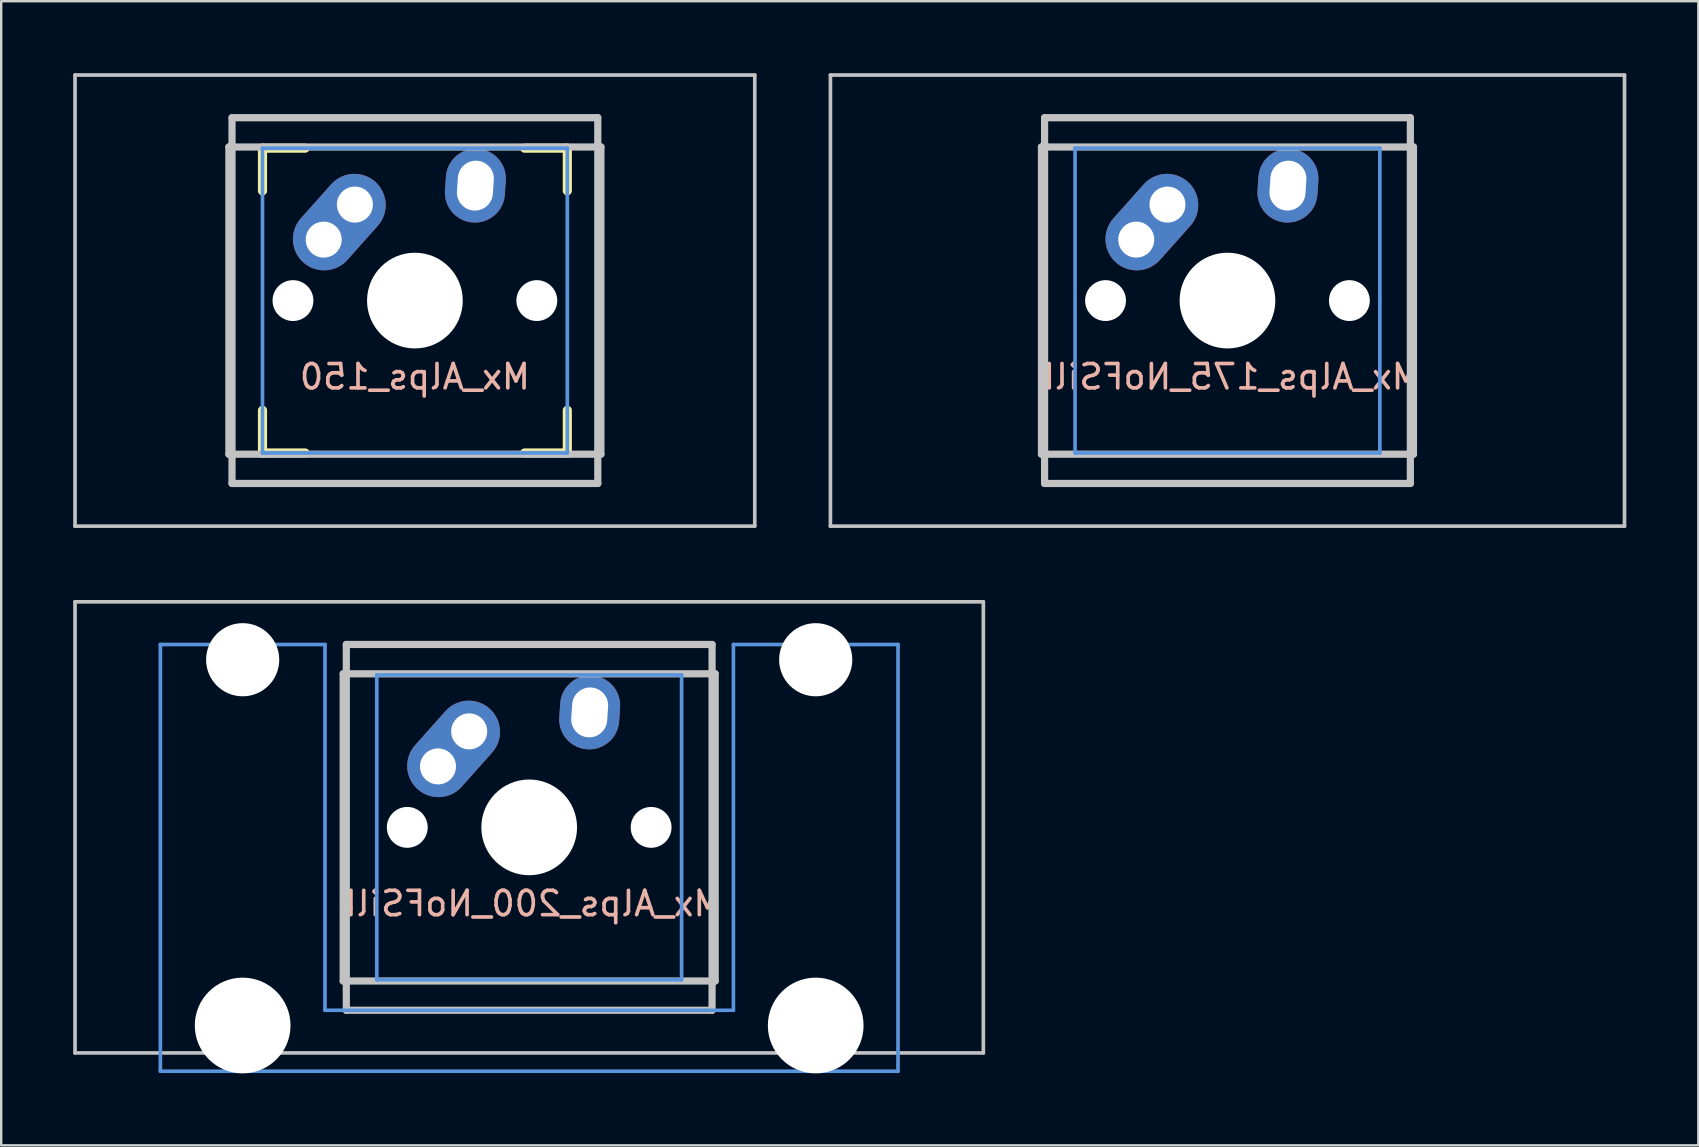
<source format=kicad_pcb>
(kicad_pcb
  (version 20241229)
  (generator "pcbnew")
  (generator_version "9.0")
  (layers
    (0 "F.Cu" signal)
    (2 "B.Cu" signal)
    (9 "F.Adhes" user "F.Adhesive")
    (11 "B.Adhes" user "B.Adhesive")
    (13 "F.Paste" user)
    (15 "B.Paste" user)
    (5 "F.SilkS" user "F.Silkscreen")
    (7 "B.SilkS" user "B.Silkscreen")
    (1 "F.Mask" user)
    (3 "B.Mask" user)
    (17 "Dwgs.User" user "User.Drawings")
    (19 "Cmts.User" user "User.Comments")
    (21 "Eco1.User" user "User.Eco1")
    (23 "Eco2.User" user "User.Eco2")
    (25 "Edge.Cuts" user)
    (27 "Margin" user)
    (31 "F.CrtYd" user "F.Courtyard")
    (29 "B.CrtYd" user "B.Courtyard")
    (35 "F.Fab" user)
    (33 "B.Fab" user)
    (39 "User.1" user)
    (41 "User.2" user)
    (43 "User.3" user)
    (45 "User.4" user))
  (footprint "Mx_Alps_150"
    (layer "F.Cu")
    (at 14.237 9.474)
    (property "Reference" "Mx_Alps_150" (at 0 3.175 0) (layer "B.SilkS") (effects (font (size 1.016 1.016) (thickness 0.152)) (justify mirror)))
    (attr through_hole)
    (fp_line (start -6.35 -6.35) (end -4.572 -6.35) (stroke (width 0.381) (type solid)) (layer "F.SilkS"))
    (fp_line (start -6.35 -4.572) (end -6.35 -6.35) (stroke (width 0.381) (type solid)) (layer "F.SilkS"))
    (fp_line (start -6.35 6.35) (end -6.35 4.572) (stroke (width 0.381) (type solid)) (layer "F.SilkS"))
    (fp_line (start -4.572 6.35) (end -6.35 6.35) (stroke (width 0.381) (type solid)) (layer "F.SilkS"))
    (fp_line (start 4.572 -6.35) (end 6.35 -6.35) (stroke (width 0.381) (type solid)) (layer "F.SilkS"))
    (fp_line (start 6.35 -6.35) (end 6.35 -4.572) (stroke (width 0.381) (type solid)) (layer "F.SilkS"))
    (fp_line (start 6.35 4.572) (end 6.35 6.35) (stroke (width 0.381) (type solid)) (layer "F.SilkS"))
    (fp_line (start 6.35 6.35) (end 4.572 6.35) (stroke (width 0.381) (type solid)) (layer "F.SilkS"))
    (fp_line (start -14.161 -9.398) (end 14.161 -9.398) (stroke (width 0.152) (type solid)) (layer "Dwgs.User"))
    (fp_line (start -14.161 9.398) (end -14.161 -9.398) (stroke (width 0.152) (type solid)) (layer "Dwgs.User"))
    (fp_line (start -7.75 6.4) (end -7.75 -6.4) (stroke (width 0.3) (type solid)) (layer "Dwgs.User"))
    (fp_line (start -7.75 6.4) (end 7.75 6.4) (stroke (width 0.3) (type solid)) (layer "Dwgs.User"))
    (fp_line (start -7.62 -7.62) (end 7.62 -7.62) (stroke (width 0.3) (type solid)) (layer "Dwgs.User"))
    (fp_line (start -7.62 7.62) (end -7.62 -7.62) (stroke (width 0.3) (type solid)) (layer "Dwgs.User"))
    (fp_line (start 7.62 -7.62) (end 7.62 7.62) (stroke (width 0.3) (type solid)) (layer "Dwgs.User"))
    (fp_line (start 7.62 7.62) (end -7.62 7.62) (stroke (width 0.3) (type solid)) (layer "Dwgs.User"))
    (fp_line (start 7.75 -6.4) (end -7.75 -6.4) (stroke (width 0.3) (type solid)) (layer "Dwgs.User"))
    (fp_line (start 7.75 6.4) (end 7.75 -6.4) (stroke (width 0.3) (type solid)) (layer "Dwgs.User"))
    (fp_line (start 14.161 -9.398) (end 14.161 9.398) (stroke (width 0.152) (type solid)) (layer "Dwgs.User"))
    (fp_line (start 14.161 9.398) (end -14.161 9.398) (stroke (width 0.152) (type solid)) (layer "Dwgs.User"))
    (fp_line (start -6.35 -6.35) (end 6.35 -6.35) (stroke (width 0.152) (type solid)) (layer "Cmts.User"))
    (fp_line (start -6.35 6.35) (end -6.35 -6.35) (stroke (width 0.152) (type solid)) (layer "Cmts.User"))
    (fp_line (start 6.35 -6.35) (end 6.35 6.35) (stroke (width 0.152) (type solid)) (layer "Cmts.User"))
    (fp_line (start 6.35 6.35) (end -6.35 6.35) (stroke (width 0.152) (type solid)) (layer "Cmts.User"))
    (fp_line (start -6.985 -6.985) (end 6.985 -6.985) (stroke (width 0.152) (type solid)) (layer "Eco2.User"))
    (fp_line (start -6.985 6.985) (end -6.985 -6.985) (stroke (width 0.152) (type solid)) (layer "Eco2.User"))
    (fp_line (start 6.985 -6.985) (end 6.985 6.985) (stroke (width 0.152) (type solid)) (layer "Eco2.User"))
    (fp_line (start 6.985 6.985) (end -6.985 6.985) (stroke (width 0.152) (type solid)) (layer "Eco2.User"))
    (pad "" np_thru_hole circle (at -5.08 0) (size 1.702 1.702) (drill 1.702) (layers "*.Cu"))
    (pad "" np_thru_hole circle (at 0 0) (size 3.988 3.988) (drill 3.988) (layers "*.Cu"))
    (pad "" np_thru_hole circle (at 5.08 0) (size 1.702 1.702) (drill 1.702) (layers "*.Cu"))
    (pad "1" thru_hole circle (at -3.8 -2.54) (size 2.377 2.377) (drill 1.5) (layers "*.Cu" "*.Mask"))
    (pad "1" smd oval (at -3.15 -3.27 48.3) (size 4.5 2.6) (layers "F.Cu" "F.Mask"))
    (pad "1" smd oval (at -3.15 -3.27 48.3) (size 4.5 2.6) (layers "B.Cu" "B.Mask"))
    (pad "1" thru_hole circle (at -2.5 -4) (size 2.377 2.377) (drill 1.5) (layers "*.Cu" "*.Mask"))
    (pad "2" thru_hole oval (at 2.52 -4.79 356.1) (size 2.5 3.08) (drill oval 1.5 2.08) (layers "*.Cu" "*.Mask")))
  (footprint "Mx_Alps_200_NoFSilk"
    (layer "F.Cu")
    (at 18.999 31.423)
    (property "Reference" "Mx_Alps_200_NoFSilk" (at 0 3.175 0) (layer "B.SilkS") (effects (font (size 1.016 1.016) (thickness 0.152)) (justify mirror)))
    (attr through_hole)
    (fp_line (start -18.923 -9.398) (end 18.923 -9.398) (stroke (width 0.152) (type solid)) (layer "Dwgs.User"))
    (fp_line (start -18.923 9.398) (end -18.923 -9.398) (stroke (width 0.152) (type solid)) (layer "Dwgs.User"))
    (fp_line (start -7.75 6.4) (end -7.75 -6.4) (stroke (width 0.3) (type solid)) (layer "Dwgs.User"))
    (fp_line (start -7.75 6.4) (end 7.75 6.4) (stroke (width 0.3) (type solid)) (layer "Dwgs.User"))
    (fp_line (start -7.62 -7.62) (end 7.62 -7.62) (stroke (width 0.3) (type solid)) (layer "Dwgs.User"))
    (fp_line (start -7.62 7.62) (end -7.62 -7.62) (stroke (width 0.3) (type solid)) (layer "Dwgs.User"))
    (fp_line (start 7.62 -7.62) (end 7.62 7.62) (stroke (width 0.3) (type solid)) (layer "Dwgs.User"))
    (fp_line (start 7.62 7.62) (end -7.62 7.62) (stroke (width 0.3) (type solid)) (layer "Dwgs.User"))
    (fp_line (start 7.75 -6.4) (end -7.75 -6.4) (stroke (width 0.3) (type solid)) (layer "Dwgs.User"))
    (fp_line (start 7.75 6.4) (end 7.75 -6.4) (stroke (width 0.3) (type solid)) (layer "Dwgs.User"))
    (fp_line (start 18.923 -9.398) (end 18.923 9.398) (stroke (width 0.152) (type solid)) (layer "Dwgs.User"))
    (fp_line (start 18.923 9.398) (end -18.923 9.398) (stroke (width 0.152) (type solid)) (layer "Dwgs.User"))
    (fp_line (start -15.367 -7.62) (end -15.367 10.16) (stroke (width 0.152) (type solid)) (layer "Cmts.User"))
    (fp_line (start -15.367 10.16) (end 15.367 10.16) (stroke (width 0.152) (type solid)) (layer "Cmts.User"))
    (fp_line (start -8.509 -7.62) (end -15.367 -7.62) (stroke (width 0.152) (type solid)) (layer "Cmts.User"))
    (fp_line (start -8.509 7.62) (end -8.509 -7.62) (stroke (width 0.152) (type solid)) (layer "Cmts.User"))
    (fp_line (start -6.35 -6.35) (end 6.35 -6.35) (stroke (width 0.152) (type solid)) (layer "Cmts.User"))
    (fp_line (start -6.35 6.35) (end -6.35 -6.35) (stroke (width 0.152) (type solid)) (layer "Cmts.User"))
    (fp_line (start 6.35 -6.35) (end 6.35 6.35) (stroke (width 0.152) (type solid)) (layer "Cmts.User"))
    (fp_line (start 6.35 6.35) (end -6.35 6.35) (stroke (width 0.152) (type solid)) (layer "Cmts.User"))
    (fp_line (start 8.509 -7.62) (end 8.509 7.62) (stroke (width 0.152) (type solid)) (layer "Cmts.User"))
    (fp_line (start 8.509 7.62) (end -8.509 7.62) (stroke (width 0.152) (type solid)) (layer "Cmts.User"))
    (fp_line (start 15.367 -7.62) (end 8.509 -7.62) (stroke (width 0.152) (type solid)) (layer "Cmts.User"))
    (fp_line (start 15.367 10.16) (end 15.367 -7.62) (stroke (width 0.152) (type solid)) (layer "Cmts.User"))
    (fp_line (start -16.129 -2.286) (end -15.265 -2.286) (stroke (width 0.152) (type solid)) (layer "Eco2.User"))
    (fp_line (start -16.129 0.508) (end -16.129 -2.286) (stroke (width 0.152) (type solid)) (layer "Eco2.User"))
    (fp_line (start -15.265 -5.69) (end -8.611 -5.69) (stroke (width 0.152) (type solid)) (layer "Eco2.User"))
    (fp_line (start -15.265 -2.286) (end -15.265 -5.69) (stroke (width 0.152) (type solid)) (layer "Eco2.User"))
    (fp_line (start -15.265 0.508) (end -16.129 0.508) (stroke (width 0.152) (type solid)) (layer "Eco2.User"))
    (fp_line (start -15.265 6.604) (end -15.265 0.508) (stroke (width 0.152) (type solid)) (layer "Eco2.User"))
    (fp_line (start -14.224 6.604) (end -15.265 6.604) (stroke (width 0.152) (type solid)) (layer "Eco2.User"))
    (fp_line (start -14.224 7.772) (end -14.224 6.604) (stroke (width 0.152) (type solid)) (layer "Eco2.User"))
    (fp_line (start -9.652 6.604) (end -9.652 7.772) (stroke (width 0.152) (type solid)) (layer "Eco2.User"))
    (fp_line (start -9.652 7.772) (end -14.224 7.772) (stroke (width 0.152) (type solid)) (layer "Eco2.User"))
    (fp_line (start -8.611 -5.69) (end -8.611 -4.877) (stroke (width 0.152) (type solid)) (layer "Eco2.User"))
    (fp_line (start -8.611 -4.877) (end -6.985 -4.877) (stroke (width 0.152) (type solid)) (layer "Eco2.User"))
    (fp_line (start -8.611 5.817) (end -8.611 6.604) (stroke (width 0.152) (type solid)) (layer "Eco2.User"))
    (fp_line (start -8.611 6.604) (end -9.652 6.604) (stroke (width 0.152) (type solid)) (layer "Eco2.User"))
    (fp_line (start -6.985 -6.985) (end 6.985 -6.985) (stroke (width 0.152) (type solid)) (layer "Eco2.User"))
    (fp_line (start -6.985 -4.877) (end -6.985 -6.985) (stroke (width 0.152) (type solid)) (layer "Eco2.User"))
    (fp_line (start -6.985 5.817) (end -8.611 5.817) (stroke (width 0.152) (type solid)) (layer "Eco2.User"))
    (fp_line (start -6.985 6.985) (end -6.985 5.817) (stroke (width 0.152) (type solid)) (layer "Eco2.User"))
    (fp_line (start 6.985 -6.985) (end 6.985 -4.877) (stroke (width 0.152) (type solid)) (layer "Eco2.User"))
    (fp_line (start 6.985 -4.877) (end 8.611 -4.877) (stroke (width 0.152) (type solid)) (layer "Eco2.User"))
    (fp_line (start 6.985 5.817) (end 6.985 6.985) (stroke (width 0.152) (type solid)) (layer "Eco2.User"))
    (fp_line (start 6.985 6.985) (end -6.985 6.985) (stroke (width 0.152) (type solid)) (layer "Eco2.User"))
    (fp_line (start 8.611 -5.69) (end 15.265 -5.69) (stroke (width 0.152) (type solid)) (layer "Eco2.User"))
    (fp_line (start 8.611 -4.877) (end 8.611 -5.69) (stroke (width 0.152) (type solid)) (layer "Eco2.User"))
    (fp_line (start 8.611 5.817) (end 6.985 5.817) (stroke (width 0.152) (type solid)) (layer "Eco2.User"))
    (fp_line (start 8.611 6.604) (end 8.611 5.817) (stroke (width 0.152) (type solid)) (layer "Eco2.User"))
    (fp_line (start 9.652 6.604) (end 8.611 6.604) (stroke (width 0.152) (type solid)) (layer "Eco2.User"))
    (fp_line (start 9.652 7.772) (end 9.652 6.604) (stroke (width 0.152) (type solid)) (layer "Eco2.User"))
    (fp_line (start 14.224 6.604) (end 14.224 7.772) (stroke (width 0.152) (type solid)) (layer "Eco2.User"))
    (fp_line (start 14.224 7.772) (end 9.652 7.772) (stroke (width 0.152) (type solid)) (layer "Eco2.User"))
    (fp_line (start 15.265 -5.69) (end 15.265 -2.286) (stroke (width 0.152) (type solid)) (layer "Eco2.User"))
    (fp_line (start 15.265 -2.286) (end 16.129 -2.286) (stroke (width 0.152) (type solid)) (layer "Eco2.User"))
    (fp_line (start 15.265 0.508) (end 15.265 6.604) (stroke (width 0.152) (type solid)) (layer "Eco2.User"))
    (fp_line (start 15.265 6.604) (end 14.224 6.604) (stroke (width 0.152) (type solid)) (layer "Eco2.User"))
    (fp_line (start 16.129 -2.286) (end 16.129 0.508) (stroke (width 0.152) (type solid)) (layer "Eco2.User"))
    (fp_line (start 16.129 0.508) (end 15.265 0.508) (stroke (width 0.152) (type solid)) (layer "Eco2.User"))
    (pad "" np_thru_hole circle (at -11.938 -6.985) (size 3.048 3.048) (drill 3.048) (layers "*.Cu"))
    (pad "" np_thru_hole circle (at -11.938 8.255) (size 3.988 3.988) (drill 3.988) (layers "*.Cu"))
    (pad "" np_thru_hole circle (at -5.08 0) (size 1.702 1.702) (drill 1.702) (layers "*.Cu"))
    (pad "" np_thru_hole circle (at 0 0) (size 3.988 3.988) (drill 3.988) (layers "*.Cu"))
    (pad "" np_thru_hole circle (at 5.08 0) (size 1.702 1.702) (drill 1.702) (layers "*.Cu"))
    (pad "" np_thru_hole circle (at 11.938 -6.985) (size 3.048 3.048) (drill 3.048) (layers "*.Cu"))
    (pad "" np_thru_hole circle (at 11.938 8.255) (size 3.988 3.988) (drill 3.988) (layers "*.Cu"))
    (pad "1" thru_hole circle (at -3.8 -2.54) (size 2.377 2.377) (drill 1.5) (layers "*.Cu" "*.Mask"))
    (pad "1" smd oval (at -3.15 -3.27 48.3) (size 4.5 2.6) (layers "F.Cu" "F.Mask"))
    (pad "1" smd oval (at -3.15 -3.27 48.3) (size 4.5 2.6) (layers "B.Cu" "B.Mask"))
    (pad "1" thru_hole circle (at -2.5 -4) (size 2.377 2.377) (drill 1.5) (layers "*.Cu" "*.Mask"))
    (pad "2" thru_hole oval (at 2.52 -4.79 356.1) (size 2.5 3.08) (drill oval 1.5 2.08) (layers "*.Cu" "*.Mask")))
  (footprint "Mx_Alps_175_NoFSilk"
    (layer "F.Cu")
    (at 48.093 9.474)
    (property "Reference" "Mx_Alps_175_NoFSilk" (at 0 3.175 0) (layer "B.SilkS") (effects (font (size 1.016 1.016) (thickness 0.152)) (justify mirror)))
    (attr through_hole)
    (fp_line (start -16.543 -9.398) (end 16.543 -9.398) (stroke (width 0.152) (type solid)) (layer "Dwgs.User"))
    (fp_line (start -16.543 9.398) (end -16.543 -9.398) (stroke (width 0.152) (type solid)) (layer "Dwgs.User"))
    (fp_line (start -7.75 6.4) (end -7.75 -6.4) (stroke (width 0.3) (type solid)) (layer "Dwgs.User"))
    (fp_line (start -7.75 6.4) (end 7.75 6.4) (stroke (width 0.3) (type solid)) (layer "Dwgs.User"))
    (fp_line (start -7.62 -7.62) (end 7.62 -7.62) (stroke (width 0.3) (type solid)) (layer "Dwgs.User"))
    (fp_line (start -7.62 7.62) (end -7.62 -7.62) (stroke (width 0.3) (type solid)) (layer "Dwgs.User"))
    (fp_line (start 7.62 -7.62) (end 7.62 7.62) (stroke (width 0.3) (type solid)) (layer "Dwgs.User"))
    (fp_line (start 7.62 7.62) (end -7.62 7.62) (stroke (width 0.3) (type solid)) (layer "Dwgs.User"))
    (fp_line (start 7.75 -6.4) (end -7.75 -6.4) (stroke (width 0.3) (type solid)) (layer "Dwgs.User"))
    (fp_line (start 7.75 6.4) (end 7.75 -6.4) (stroke (width 0.3) (type solid)) (layer "Dwgs.User"))
    (fp_line (start 16.543 -9.398) (end 16.543 9.398) (stroke (width 0.152) (type solid)) (layer "Dwgs.User"))
    (fp_line (start 16.543 9.398) (end -16.543 9.398) (stroke (width 0.152) (type solid)) (layer "Dwgs.User"))
    (fp_line (start -6.35 -6.35) (end 6.35 -6.35) (stroke (width 0.152) (type solid)) (layer "Cmts.User"))
    (fp_line (start -6.35 6.35) (end -6.35 -6.35) (stroke (width 0.152) (type solid)) (layer "Cmts.User"))
    (fp_line (start 6.35 -6.35) (end 6.35 6.35) (stroke (width 0.152) (type solid)) (layer "Cmts.User"))
    (fp_line (start 6.35 6.35) (end -6.35 6.35) (stroke (width 0.152) (type solid)) (layer "Cmts.User"))
    (fp_line (start -6.985 -6.985) (end 6.985 -6.985) (stroke (width 0.152) (type solid)) (layer "Eco2.User"))
    (fp_line (start -6.985 6.985) (end -6.985 -6.985) (stroke (width 0.152) (type solid)) (layer "Eco2.User"))
    (fp_line (start 6.985 -6.985) (end 6.985 6.985) (stroke (width 0.152) (type solid)) (layer "Eco2.User"))
    (fp_line (start 6.985 6.985) (end -6.985 6.985) (stroke (width 0.152) (type solid)) (layer "Eco2.User"))
    (pad "" np_thru_hole circle (at -5.08 0) (size 1.702 1.702) (drill 1.702) (layers "*.Cu"))
    (pad "" np_thru_hole circle (at 0 0) (size 3.988 3.988) (drill 3.988) (layers "*.Cu"))
    (pad "" np_thru_hole circle (at 5.08 0) (size 1.702 1.702) (drill 1.702) (layers "*.Cu"))
    (pad "1" thru_hole circle (at -3.8 -2.54) (size 2.377 2.377) (drill 1.5) (layers "*.Cu" "*.Mask"))
    (pad "1" smd oval (at -3.15 -3.27 48.3) (size 4.5 2.6) (layers "F.Cu" "F.Mask"))
    (pad "1" smd oval (at -3.15 -3.27 48.3) (size 4.5 2.6) (layers "B.Cu" "B.Mask"))
    (pad "1" thru_hole circle (at -2.5 -4) (size 2.377 2.377) (drill 1.5) (layers "*.Cu" "*.Mask"))
    (pad "2" thru_hole oval (at 2.52 -4.79 356.1) (size 2.5 3.08) (drill oval 1.5 2.08) (layers "*.Cu" "*.Mask")))
  (gr_rect
    (start -3 -3)
    (end 67.712 44.672)
    (stroke (width 0.1) (type default))
    (fill no)
    (layer "Edge.Cuts")))
</source>
